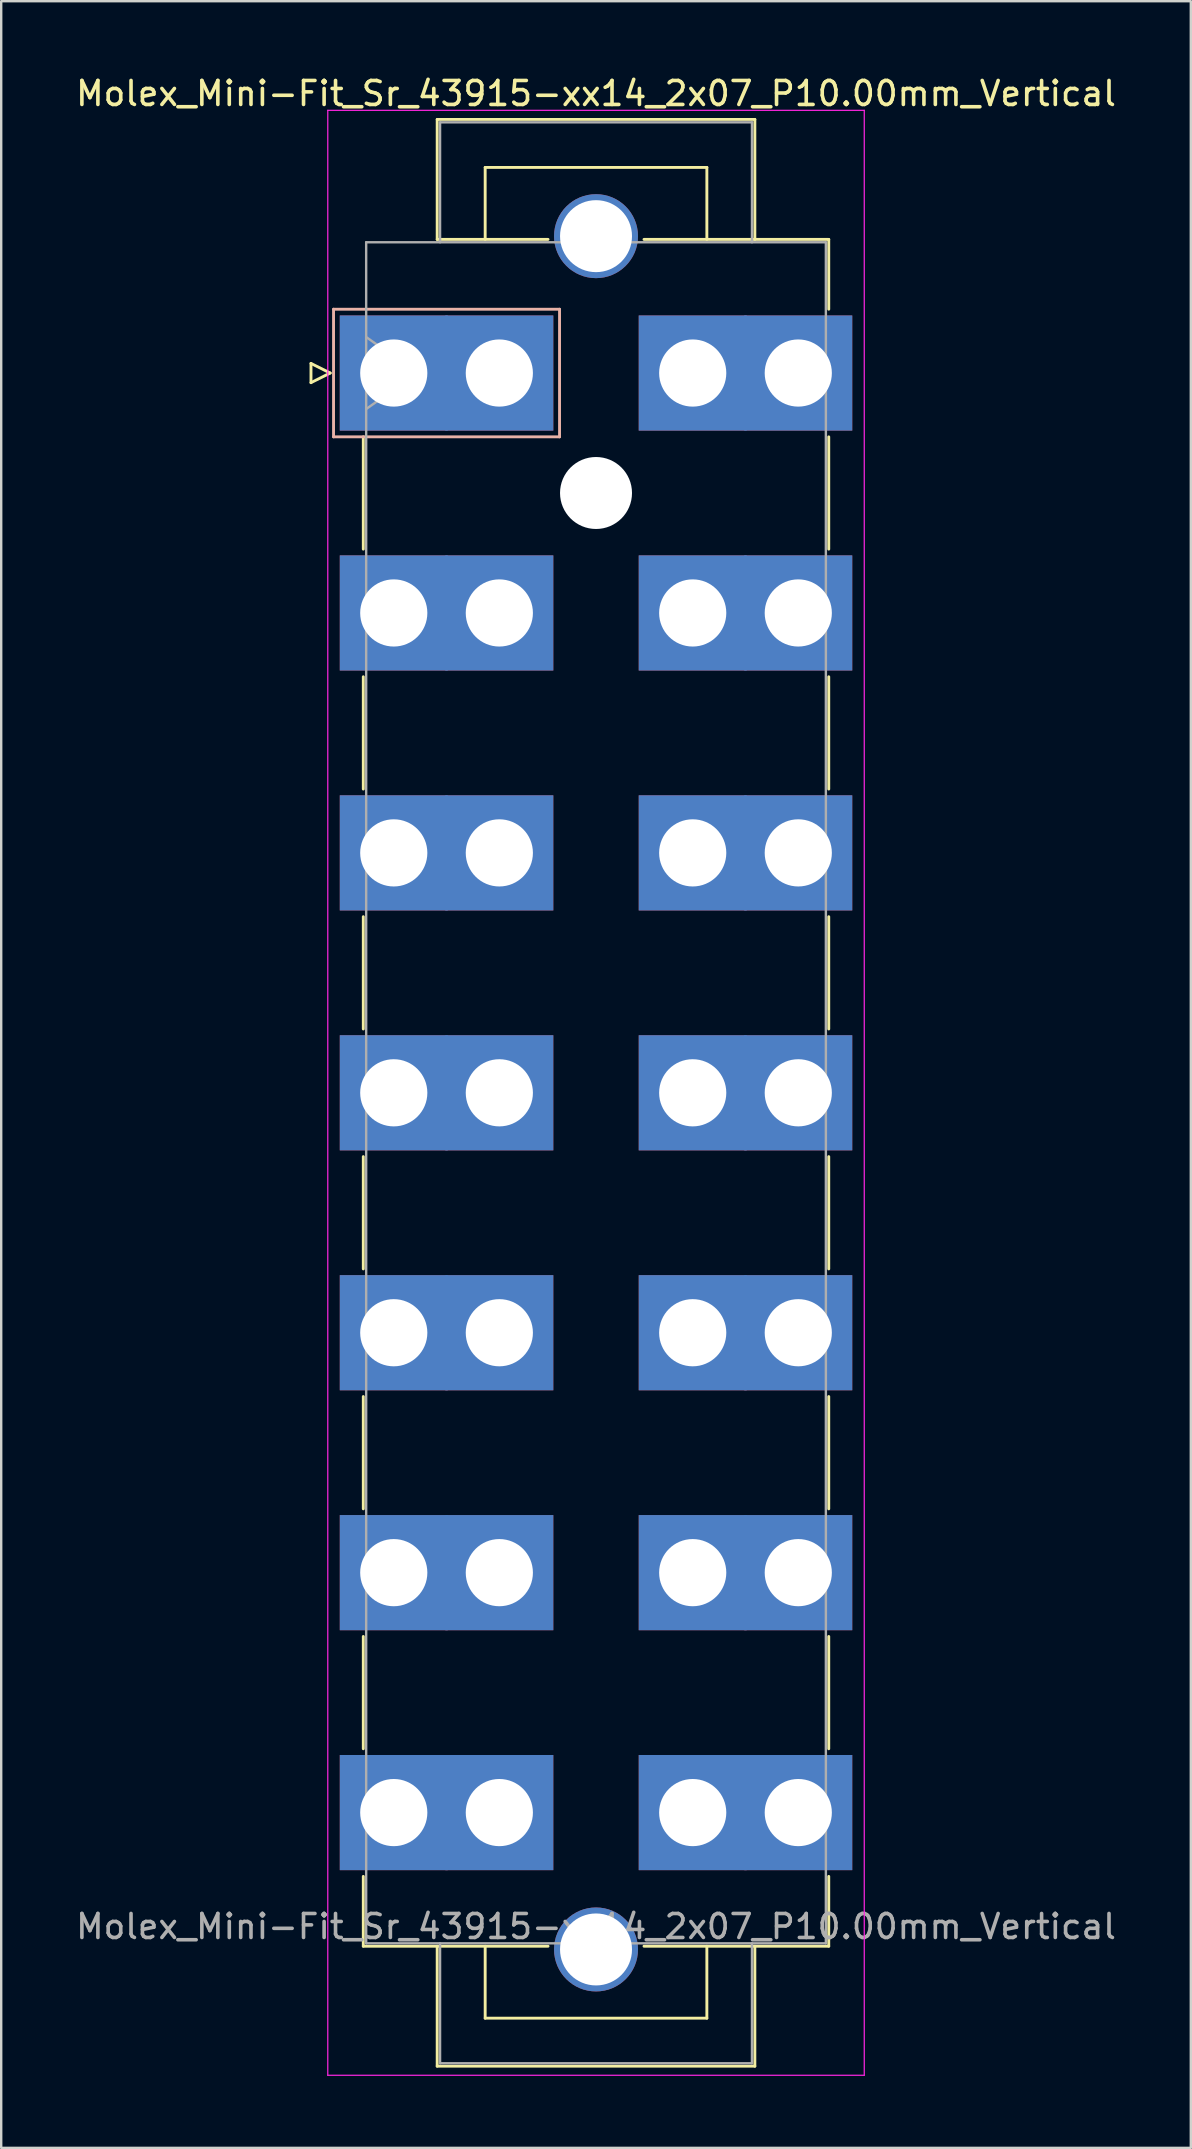
<source format=kicad_pcb>
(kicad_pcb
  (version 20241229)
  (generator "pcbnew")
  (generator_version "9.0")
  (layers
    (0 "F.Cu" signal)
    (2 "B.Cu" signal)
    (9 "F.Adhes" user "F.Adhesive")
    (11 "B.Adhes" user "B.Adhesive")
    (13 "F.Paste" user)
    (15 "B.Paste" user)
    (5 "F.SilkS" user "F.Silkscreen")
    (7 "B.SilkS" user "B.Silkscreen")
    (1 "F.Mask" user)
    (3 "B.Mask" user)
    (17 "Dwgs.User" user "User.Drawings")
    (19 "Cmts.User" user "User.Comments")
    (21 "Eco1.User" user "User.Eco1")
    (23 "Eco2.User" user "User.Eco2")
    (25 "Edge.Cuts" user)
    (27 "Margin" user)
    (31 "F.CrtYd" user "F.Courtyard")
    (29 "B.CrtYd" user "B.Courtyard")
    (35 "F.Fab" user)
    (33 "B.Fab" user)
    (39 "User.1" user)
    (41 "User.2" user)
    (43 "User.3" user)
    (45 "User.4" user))
  (footprint "Molex_Mini-Fit_Sr_43915-xx14_2x07_P10.00mm_Vertical"
    (layer "F.Cu")
    (at 13.362 12.498)
    (property "Reference" "Molex_Mini-Fit_Sr_43915-xx14_2x07_P10.00mm_Vertical" (at 8.43 -11.65 0) (layer "F.SilkS") (effects (font (size 1 1) (thickness 0.15))))
    (attr through_hole)
    (fp_line (start -3.45 -0.4) (end -3.45 0.4) (stroke (width 0.12) (type solid)) (layer "F.SilkS"))
    (fp_line (start -3.45 0.4) (end -2.65 0) (stroke (width 0.12) (type solid)) (layer "F.SilkS"))
    (fp_line (start -2.65 0) (end -3.45 -0.4) (stroke (width 0.12) (type solid)) (layer "F.SilkS"))
    (fp_line (start -1.27 2.66) (end -1.27 7.34) (stroke (width 0.12) (type solid)) (layer "F.SilkS"))
    (fp_line (start -1.27 12.66) (end -1.27 17.34) (stroke (width 0.12) (type solid)) (layer "F.SilkS"))
    (fp_line (start -1.27 22.66) (end -1.27 27.34) (stroke (width 0.12) (type solid)) (layer "F.SilkS"))
    (fp_line (start -1.27 32.66) (end -1.27 37.34) (stroke (width 0.12) (type solid)) (layer "F.SilkS"))
    (fp_line (start -1.27 42.66) (end -1.27 47.34) (stroke (width 0.12) (type solid)) (layer "F.SilkS"))
    (fp_line (start -1.27 52.66) (end -1.27 57.34) (stroke (width 0.12) (type solid)) (layer "F.SilkS"))
    (fp_line (start -1.27 62.66) (end -1.27 65.57) (stroke (width 0.12) (type solid)) (layer "F.SilkS"))
    (fp_line (start -1.27 65.57) (end 6.43 65.57) (stroke (width 0.12) (type solid)) (layer "F.SilkS"))
    (fp_line (start 1.81 -10.57) (end 15.05 -10.57) (stroke (width 0.12) (type solid)) (layer "F.SilkS"))
    (fp_line (start 1.81 -5.57) (end 1.81 -10.57) (stroke (width 0.12) (type solid)) (layer "F.SilkS"))
    (fp_line (start 1.81 65.57) (end 1.81 70.57) (stroke (width 0.12) (type solid)) (layer "F.SilkS"))
    (fp_line (start 1.81 70.57) (end 15.05 70.57) (stroke (width 0.12) (type solid)) (layer "F.SilkS"))
    (fp_line (start 3.81 -8.57) (end 13.05 -8.57) (stroke (width 0.12) (type solid)) (layer "F.SilkS"))
    (fp_line (start 3.81 -5.57) (end 3.81 -8.57) (stroke (width 0.12) (type solid)) (layer "F.SilkS"))
    (fp_line (start 3.81 65.57) (end 3.81 68.57) (stroke (width 0.12) (type solid)) (layer "F.SilkS"))
    (fp_line (start 3.81 68.57) (end 13.05 68.57) (stroke (width 0.12) (type solid)) (layer "F.SilkS"))
    (fp_line (start 6.43 -5.57) (end 1.81 -5.57) (stroke (width 0.12) (type solid)) (layer "F.SilkS"))
    (fp_line (start 13.05 -8.57) (end 13.05 -5.57) (stroke (width 0.12) (type solid)) (layer "F.SilkS"))
    (fp_line (start 13.05 68.57) (end 13.05 65.57) (stroke (width 0.12) (type solid)) (layer "F.SilkS"))
    (fp_line (start 15.05 -10.57) (end 15.05 -5.57) (stroke (width 0.12) (type solid)) (layer "F.SilkS"))
    (fp_line (start 15.05 70.57) (end 15.05 65.57) (stroke (width 0.12) (type solid)) (layer "F.SilkS"))
    (fp_line (start 18.13 -5.57) (end 10.43 -5.57) (stroke (width 0.12) (type solid)) (layer "F.SilkS"))
    (fp_line (start 18.13 -2.66) (end 18.13 -5.57) (stroke (width 0.12) (type solid)) (layer "F.SilkS"))
    (fp_line (start 18.13 2.66) (end 18.13 7.34) (stroke (width 0.12) (type solid)) (layer "F.SilkS"))
    (fp_line (start 18.13 12.66) (end 18.13 17.34) (stroke (width 0.12) (type solid)) (layer "F.SilkS"))
    (fp_line (start 18.13 22.66) (end 18.13 27.34) (stroke (width 0.12) (type solid)) (layer "F.SilkS"))
    (fp_line (start 18.13 32.66) (end 18.13 37.34) (stroke (width 0.12) (type solid)) (layer "F.SilkS"))
    (fp_line (start 18.13 42.66) (end 18.13 47.34) (stroke (width 0.12) (type solid)) (layer "F.SilkS"))
    (fp_line (start 18.13 52.66) (end 18.13 57.34) (stroke (width 0.12) (type solid)) (layer "F.SilkS"))
    (fp_line (start 18.13 62.66) (end 18.13 65.57) (stroke (width 0.12) (type solid)) (layer "F.SilkS"))
    (fp_line (start 18.13 65.57) (end 10.43 65.57) (stroke (width 0.12) (type solid)) (layer "F.SilkS"))
    (fp_line (start -2.51 -2.66) (end -2.51 2.66) (stroke (width 0.12) (type solid)) (layer "B.SilkS"))
    (fp_line (start -2.51 2.66) (end 6.91 2.66) (stroke (width 0.12) (type solid)) (layer "B.SilkS"))
    (fp_line (start 6.91 -2.66) (end -2.51 -2.66) (stroke (width 0.12) (type solid)) (layer "B.SilkS"))
    (fp_line (start 6.91 2.66) (end 6.91 -2.66) (stroke (width 0.12) (type solid)) (layer "B.SilkS"))
    (fp_line (start -2.75 -10.95) (end -2.75 70.95) (stroke (width 0.05) (type solid)) (layer "F.CrtYd"))
    (fp_line (start -2.75 70.95) (end 19.61 70.95) (stroke (width 0.05) (type solid)) (layer "F.CrtYd"))
    (fp_line (start 19.61 -10.95) (end -2.75 -10.95) (stroke (width 0.05) (type solid)) (layer "F.CrtYd"))
    (fp_line (start 19.61 70.95) (end 19.61 -10.95) (stroke (width 0.05) (type solid)) (layer "F.CrtYd"))
    (fp_line (start -1.15 -5.45) (end -1.15 65.45) (stroke (width 0.1) (type solid)) (layer "F.Fab"))
    (fp_line (start -1.15 -1.5) (end 0.971 0) (stroke (width 0.1) (type solid)) (layer "F.Fab"))
    (fp_line (start -1.15 65.45) (end 18.01 65.45) (stroke (width 0.1) (type solid)) (layer "F.Fab"))
    (fp_line (start 0.971 0) (end -1.15 1.5) (stroke (width 0.1) (type solid)) (layer "F.Fab"))
    (fp_line (start 1.93 -10.45) (end 14.93 -10.45) (stroke (width 0.1) (type solid)) (layer "F.Fab"))
    (fp_line (start 1.93 -5.45) (end 1.93 -10.45) (stroke (width 0.1) (type solid)) (layer "F.Fab"))
    (fp_line (start 1.93 65.45) (end 1.93 70.45) (stroke (width 0.1) (type solid)) (layer "F.Fab"))
    (fp_line (start 1.93 70.45) (end 14.93 70.45) (stroke (width 0.1) (type solid)) (layer "F.Fab"))
    (fp_line (start 14.93 -10.45) (end 14.93 -5.45) (stroke (width 0.1) (type solid)) (layer "F.Fab"))
    (fp_line (start 14.93 70.45) (end 14.93 65.45) (stroke (width 0.1) (type solid)) (layer "F.Fab"))
    (fp_line (start 18.01 -5.45) (end -1.15 -5.45) (stroke (width 0.1) (type solid)) (layer "F.Fab"))
    (fp_line (start 18.01 65.45) (end 18.01 -5.45) (stroke (width 0.1) (type solid)) (layer "F.Fab"))
    (fp_text user "${REFERENCE}" (at 8.43 64.75 0) (layer "F.Fab") (effects (font (size 1 1) (thickness 0.15))))
    (pad "" thru_hole circle (at 8.43 -5.705) (size 3.5 3.5) (drill 3) (layers "*.Cu" "*.Mask"))
    (pad "" np_thru_hole circle (at 8.43 5) (size 3 3) (drill 3) (layers "*.Cu" "*.Mask"))
    (pad "" thru_hole circle (at 8.43 65.705) (size 3.5 3.5) (drill 3) (layers "*.Cu" "*.Mask"))
    (pad "1" thru_hole rect (at 0 0) (size 4.5 4.8) (drill 2.8) (layers "*.Cu" "*.Mask"))
    (pad "1" thru_hole rect (at 4.4 0) (size 4.5 4.8) (drill 2.8) (layers "*.Cu" "*.Mask"))
    (pad "2" thru_hole rect (at 0 10) (size 4.5 4.8) (drill 2.8) (layers "*.Cu" "*.Mask"))
    (pad "2" thru_hole rect (at 4.4 10) (size 4.5 4.8) (drill 2.8) (layers "*.Cu" "*.Mask"))
    (pad "3" thru_hole rect (at 0 20) (size 4.5 4.8) (drill 2.8) (layers "*.Cu" "*.Mask"))
    (pad "3" thru_hole rect (at 4.4 20) (size 4.5 4.8) (drill 2.8) (layers "*.Cu" "*.Mask"))
    (pad "4" thru_hole rect (at 0 30) (size 4.5 4.8) (drill 2.8) (layers "*.Cu" "*.Mask"))
    (pad "4" thru_hole rect (at 4.4 30) (size 4.5 4.8) (drill 2.8) (layers "*.Cu" "*.Mask"))
    (pad "5" thru_hole rect (at 0 40) (size 4.5 4.8) (drill 2.8) (layers "*.Cu" "*.Mask"))
    (pad "5" thru_hole rect (at 4.4 40) (size 4.5 4.8) (drill 2.8) (layers "*.Cu" "*.Mask"))
    (pad "6" thru_hole rect (at 0 50) (size 4.5 4.8) (drill 2.8) (layers "*.Cu" "*.Mask"))
    (pad "6" thru_hole rect (at 4.4 50) (size 4.5 4.8) (drill 2.8) (layers "*.Cu" "*.Mask"))
    (pad "7" thru_hole rect (at 0 60) (size 4.5 4.8) (drill 2.8) (layers "*.Cu" "*.Mask"))
    (pad "7" thru_hole rect (at 4.4 60) (size 4.5 4.8) (drill 2.8) (layers "*.Cu" "*.Mask"))
    (pad "8" thru_hole rect (at 12.46 0) (size 4.5 4.8) (drill 2.8) (layers "*.Cu" "*.Mask"))
    (pad "8" thru_hole rect (at 16.86 0) (size 4.5 4.8) (drill 2.8) (layers "*.Cu" "*.Mask"))
    (pad "9" thru_hole rect (at 12.46 10) (size 4.5 4.8) (drill 2.8) (layers "*.Cu" "*.Mask"))
    (pad "9" thru_hole rect (at 16.86 10) (size 4.5 4.8) (drill 2.8) (layers "*.Cu" "*.Mask"))
    (pad "10" thru_hole rect (at 12.46 20) (size 4.5 4.8) (drill 2.8) (layers "*.Cu" "*.Mask"))
    (pad "10" thru_hole rect (at 16.86 20) (size 4.5 4.8) (drill 2.8) (layers "*.Cu" "*.Mask"))
    (pad "11" thru_hole rect (at 12.46 30) (size 4.5 4.8) (drill 2.8) (layers "*.Cu" "*.Mask"))
    (pad "11" thru_hole rect (at 16.86 30) (size 4.5 4.8) (drill 2.8) (layers "*.Cu" "*.Mask"))
    (pad "12" thru_hole rect (at 12.46 40) (size 4.5 4.8) (drill 2.8) (layers "*.Cu" "*.Mask"))
    (pad "12" thru_hole rect (at 16.86 40) (size 4.5 4.8) (drill 2.8) (layers "*.Cu" "*.Mask"))
    (pad "13" thru_hole rect (at 12.46 50) (size 4.5 4.8) (drill 2.8) (layers "*.Cu" "*.Mask"))
    (pad "13" thru_hole rect (at 16.86 50) (size 4.5 4.8) (drill 2.8) (layers "*.Cu" "*.Mask"))
    (pad "14" thru_hole rect (at 12.46 60) (size 4.5 4.8) (drill 2.8) (layers "*.Cu" "*.Mask"))
    (pad "14" thru_hole rect (at 16.86 60) (size 4.5 4.8) (drill 2.8) (layers "*.Cu" "*.Mask")))
  (gr_rect
    (start -3 -3)
    (end 46.583 86.473)
    (stroke (width 0.1) (type default))
    (fill no)
    (layer "Edge.Cuts")))
</source>
